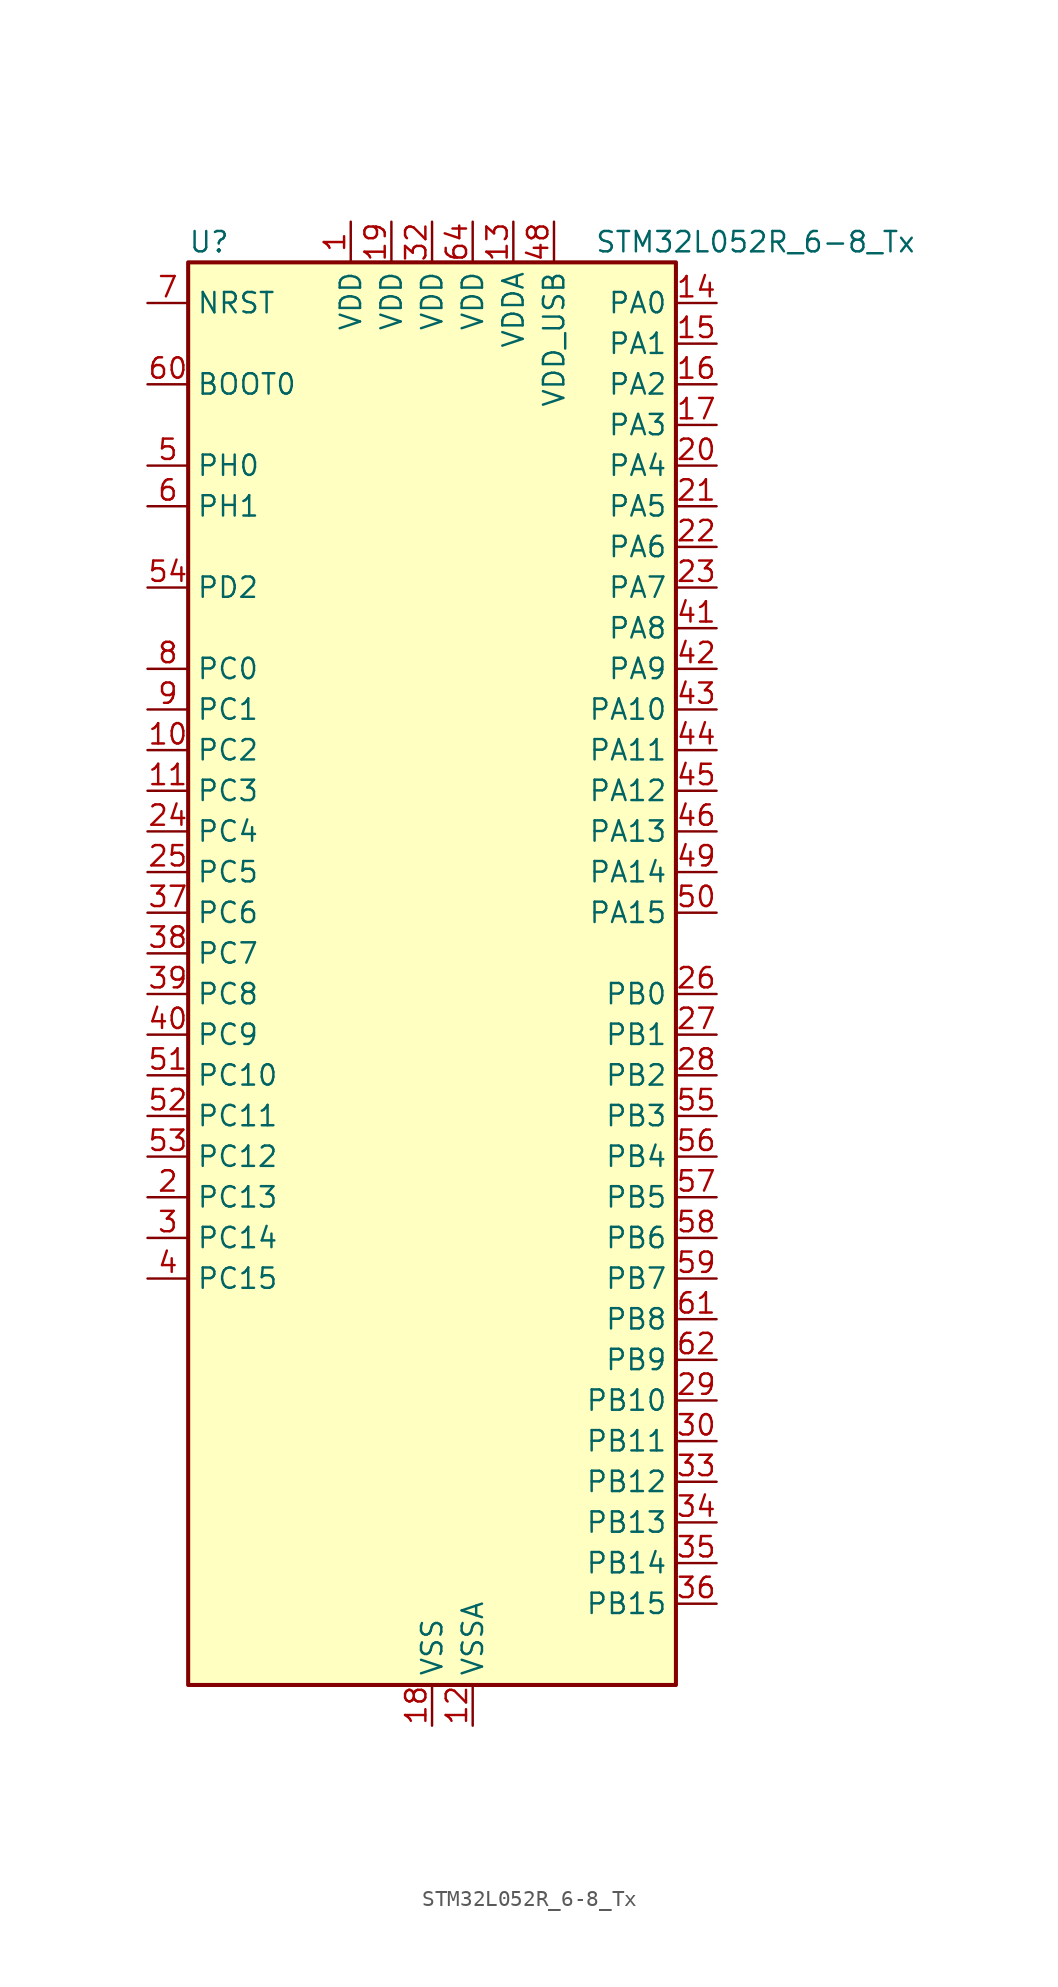
<source format=kicad_sym>
(kicad_symbol_lib
  (version 20220914)
  (generator kicad_symbol_editor)
  (symbol "STM32L052R_6-8_Tx"
    (property "Reference" "U"
      (at -15.24 46.99 0)
      (effects (font (size 1.27 1.27)) (justify left)))
    (property "Value" "STM32L052R_6-8_Tx"
      (at 10.16 46.99 0)
      (effects (font (size 1.27 1.27)) (justify left)))
    (property "ki_locked" ""
      (at 0 0 0)
      (effects (font (size 1.27 1.27))))
    (symbol "STM32L052R_6-8_Tx_0_1"
      (rectangle (start -15.24 -43.18) (end 15.24 45.72) (stroke (width 0.254) (type default)) (fill (type background))))
    (symbol "STM32L052R_6-8_Tx_1_1"
      (pin power_in line (at -5.08 48.26 270) (length 2.54) (name "VDD" (effects (font (size 1.27 1.27)))) (number "1" (effects (font (size 1.27 1.27)))))
      (pin bidirectional line (at -17.78 15.24 0) (length 2.54) (name "PC2" (effects (font (size 1.27 1.27)))) (number "10" (effects (font (size 1.27 1.27)))) (alternate "ADC_IN12" bidirectional line) (alternate "I2S2_MCK" bidirectional line) (alternate "LPTIM1_IN2" bidirectional line) (alternate "SPI2_MISO" bidirectional line) (alternate "TSC_G7_IO3" bidirectional line))
      (pin bidirectional line (at -17.78 12.7 0) (length 2.54) (name "PC3" (effects (font (size 1.27 1.27)))) (number "11" (effects (font (size 1.27 1.27)))) (alternate "ADC_IN13" bidirectional line) (alternate "I2S2_SD" bidirectional line) (alternate "LPTIM1_ETR" bidirectional line) (alternate "SPI2_MOSI" bidirectional line) (alternate "TSC_G7_IO4" bidirectional line))
      (pin power_in line (at 2.54 -45.72 90) (length 2.54) (name "VSSA" (effects (font (size 1.27 1.27)))) (number "12" (effects (font (size 1.27 1.27)))))
      (pin power_in line (at 5.08 48.26 270) (length 2.54) (name "VDDA" (effects (font (size 1.27 1.27)))) (number "13" (effects (font (size 1.27 1.27)))))
      (pin bidirectional line (at 17.78 43.18 180) (length 2.54) (name "PA0" (effects (font (size 1.27 1.27)))) (number "14" (effects (font (size 1.27 1.27)))) (alternate "ADC_IN0" bidirectional line) (alternate "COMP1_INM" bidirectional line) (alternate "COMP1_OUT" bidirectional line) (alternate "RTC_TAMP2" bidirectional line) (alternate "SYS_WKUP1" bidirectional line) (alternate "TIM2_CH1" bidirectional line) (alternate "TIM2_ETR" bidirectional line) (alternate "TSC_G1_IO1" bidirectional line) (alternate "USART2_CTS" bidirectional line))
      (pin bidirectional line (at 17.78 40.64 180) (length 2.54) (name "PA1" (effects (font (size 1.27 1.27)))) (number "15" (effects (font (size 1.27 1.27)))) (alternate "ADC_IN1" bidirectional line) (alternate "COMP1_INP" bidirectional line) (alternate "TIM21_ETR" bidirectional line) (alternate "TIM2_CH2" bidirectional line) (alternate "TSC_G1_IO2" bidirectional line) (alternate "USART2_DE" bidirectional line) (alternate "USART2_RTS" bidirectional line))
      (pin bidirectional line (at 17.78 38.1 180) (length 2.54) (name "PA2" (effects (font (size 1.27 1.27)))) (number "16" (effects (font (size 1.27 1.27)))) (alternate "ADC_IN2" bidirectional line) (alternate "COMP2_INM" bidirectional line) (alternate "COMP2_OUT" bidirectional line) (alternate "TIM21_CH1" bidirectional line) (alternate "TIM2_CH3" bidirectional line) (alternate "TSC_G1_IO3" bidirectional line) (alternate "USART2_TX" bidirectional line))
      (pin bidirectional line (at 17.78 35.56 180) (length 2.54) (name "PA3" (effects (font (size 1.27 1.27)))) (number "17" (effects (font (size 1.27 1.27)))) (alternate "ADC_IN3" bidirectional line) (alternate "COMP2_INP" bidirectional line) (alternate "TIM21_CH2" bidirectional line) (alternate "TIM2_CH4" bidirectional line) (alternate "TSC_G1_IO4" bidirectional line) (alternate "USART2_RX" bidirectional line))
      (pin power_in line (at 0 -45.72 90) (length 2.54) (name "VSS" (effects (font (size 1.27 1.27)))) (number "18" (effects (font (size 1.27 1.27)))))
      (pin power_in line (at -2.54 48.26 270) (length 2.54) (name "VDD" (effects (font (size 1.27 1.27)))) (number "19" (effects (font (size 1.27 1.27)))))
      (pin bidirectional line (at -17.78 -12.7 0) (length 2.54) (name "PC13" (effects (font (size 1.27 1.27)))) (number "2" (effects (font (size 1.27 1.27)))) (alternate "RTC_OUT_ALARM" bidirectional line) (alternate "RTC_OUT_CALIB" bidirectional line) (alternate "RTC_TAMP1" bidirectional line) (alternate "RTC_TS" bidirectional line) (alternate "SYS_WKUP2" bidirectional line))
      (pin bidirectional line (at 17.78 33.02 180) (length 2.54) (name "PA4" (effects (font (size 1.27 1.27)))) (number "20" (effects (font (size 1.27 1.27)))) (alternate "ADC_IN4" bidirectional line) (alternate "COMP1_INM" bidirectional line) (alternate "COMP2_INM" bidirectional line) (alternate "DAC_OUT1" bidirectional line) (alternate "SPI1_NSS" bidirectional line) (alternate "TIM22_ETR" bidirectional line) (alternate "TSC_G2_IO1" bidirectional line) (alternate "USART2_CK" bidirectional line))
      (pin bidirectional line (at 17.78 30.48 180) (length 2.54) (name "PA5" (effects (font (size 1.27 1.27)))) (number "21" (effects (font (size 1.27 1.27)))) (alternate "ADC_IN5" bidirectional line) (alternate "COMP1_INM" bidirectional line) (alternate "COMP2_INM" bidirectional line) (alternate "SPI1_SCK" bidirectional line) (alternate "TIM2_CH1" bidirectional line) (alternate "TIM2_ETR" bidirectional line) (alternate "TSC_G2_IO2" bidirectional line))
      (pin bidirectional line (at 17.78 27.94 180) (length 2.54) (name "PA6" (effects (font (size 1.27 1.27)))) (number "22" (effects (font (size 1.27 1.27)))) (alternate "ADC_IN6" bidirectional line) (alternate "COMP1_OUT" bidirectional line) (alternate "LPUART1_CTS" bidirectional line) (alternate "SPI1_MISO" bidirectional line) (alternate "TIM22_CH1" bidirectional line) (alternate "TSC_G2_IO3" bidirectional line))
      (pin bidirectional line (at 17.78 25.4 180) (length 2.54) (name "PA7" (effects (font (size 1.27 1.27)))) (number "23" (effects (font (size 1.27 1.27)))) (alternate "ADC_IN7" bidirectional line) (alternate "COMP2_OUT" bidirectional line) (alternate "SPI1_MOSI" bidirectional line) (alternate "TIM22_CH2" bidirectional line) (alternate "TSC_G2_IO4" bidirectional line))
      (pin bidirectional line (at -17.78 10.16 0) (length 2.54) (name "PC4" (effects (font (size 1.27 1.27)))) (number "24" (effects (font (size 1.27 1.27)))) (alternate "ADC_IN14" bidirectional line) (alternate "LPUART1_TX" bidirectional line))
      (pin bidirectional line (at -17.78 7.62 0) (length 2.54) (name "PC5" (effects (font (size 1.27 1.27)))) (number "25" (effects (font (size 1.27 1.27)))) (alternate "ADC_IN15" bidirectional line) (alternate "LPUART1_RX" bidirectional line) (alternate "TSC_G3_IO1" bidirectional line))
      (pin bidirectional line (at 17.78 0 180) (length 2.54) (name "PB0" (effects (font (size 1.27 1.27)))) (number "26" (effects (font (size 1.27 1.27)))) (alternate "ADC_IN8" bidirectional line) (alternate "SYS_VREF_OUT_PB0" bidirectional line) (alternate "TSC_G3_IO2" bidirectional line))
      (pin bidirectional line (at 17.78 -2.54 180) (length 2.54) (name "PB1" (effects (font (size 1.27 1.27)))) (number "27" (effects (font (size 1.27 1.27)))) (alternate "ADC_IN9" bidirectional line) (alternate "LPUART1_DE" bidirectional line) (alternate "LPUART1_RTS" bidirectional line) (alternate "SYS_VREF_OUT_PB1" bidirectional line) (alternate "TSC_G3_IO3" bidirectional line))
      (pin bidirectional line (at 17.78 -5.08 180) (length 2.54) (name "PB2" (effects (font (size 1.27 1.27)))) (number "28" (effects (font (size 1.27 1.27)))) (alternate "LPTIM1_OUT" bidirectional line) (alternate "TSC_G3_IO4" bidirectional line))
      (pin bidirectional line (at 17.78 -25.4 180) (length 2.54) (name "PB10" (effects (font (size 1.27 1.27)))) (number "29" (effects (font (size 1.27 1.27)))) (alternate "I2C2_SCL" bidirectional line) (alternate "LPUART1_TX" bidirectional line) (alternate "SPI2_SCK" bidirectional line) (alternate "TIM2_CH3" bidirectional line) (alternate "TSC_SYNC" bidirectional line))
      (pin bidirectional line (at -17.78 -15.24 0) (length 2.54) (name "PC14" (effects (font (size 1.27 1.27)))) (number "3" (effects (font (size 1.27 1.27)))) (alternate "RCC_OSC32_IN" bidirectional line))
      (pin bidirectional line (at 17.78 -27.94 180) (length 2.54) (name "PB11" (effects (font (size 1.27 1.27)))) (number "30" (effects (font (size 1.27 1.27)))) (alternate "ADC_EXTI11" bidirectional line) (alternate "I2C2_SDA" bidirectional line) (alternate "LPUART1_RX" bidirectional line) (alternate "TIM2_CH4" bidirectional line) (alternate "TSC_G6_IO1" bidirectional line))
      (pin passive line (at 0 -45.72 90) (length 2.54) hide (name "VSS" (effects (font (size 1.27 1.27)))) (number "31" (effects (font (size 1.27 1.27)))))
      (pin power_in line (at 0 48.26 270) (length 2.54) (name "VDD" (effects (font (size 1.27 1.27)))) (number "32" (effects (font (size 1.27 1.27)))))
      (pin bidirectional line (at 17.78 -30.48 180) (length 2.54) (name "PB12" (effects (font (size 1.27 1.27)))) (number "33" (effects (font (size 1.27 1.27)))) (alternate "I2S2_WS" bidirectional line) (alternate "LPUART1_DE" bidirectional line) (alternate "LPUART1_RTS" bidirectional line) (alternate "SPI2_NSS" bidirectional line) (alternate "TSC_G6_IO2" bidirectional line))
      (pin bidirectional line (at 17.78 -33.02 180) (length 2.54) (name "PB13" (effects (font (size 1.27 1.27)))) (number "34" (effects (font (size 1.27 1.27)))) (alternate "I2C2_SCL" bidirectional line) (alternate "I2S2_CK" bidirectional line) (alternate "LPUART1_CTS" bidirectional line) (alternate "SPI2_SCK" bidirectional line) (alternate "TIM21_CH1" bidirectional line) (alternate "TSC_G6_IO3" bidirectional line))
      (pin bidirectional line (at 17.78 -35.56 180) (length 2.54) (name "PB14" (effects (font (size 1.27 1.27)))) (number "35" (effects (font (size 1.27 1.27)))) (alternate "I2C2_SDA" bidirectional line) (alternate "I2S2_MCK" bidirectional line) (alternate "LPUART1_DE" bidirectional line) (alternate "LPUART1_RTS" bidirectional line) (alternate "RTC_OUT_ALARM" bidirectional line) (alternate "RTC_OUT_CALIB" bidirectional line) (alternate "SPI2_MISO" bidirectional line) (alternate "TIM21_CH2" bidirectional line) (alternate "TSC_G6_IO4" bidirectional line))
      (pin bidirectional line (at 17.78 -38.1 180) (length 2.54) (name "PB15" (effects (font (size 1.27 1.27)))) (number "36" (effects (font (size 1.27 1.27)))) (alternate "I2S2_SD" bidirectional line) (alternate "RTC_REFIN" bidirectional line) (alternate "SPI2_MOSI" bidirectional line))
      (pin bidirectional line (at -17.78 5.08 0) (length 2.54) (name "PC6" (effects (font (size 1.27 1.27)))) (number "37" (effects (font (size 1.27 1.27)))) (alternate "TIM22_CH1" bidirectional line) (alternate "TSC_G8_IO1" bidirectional line))
      (pin bidirectional line (at -17.78 2.54 0) (length 2.54) (name "PC7" (effects (font (size 1.27 1.27)))) (number "38" (effects (font (size 1.27 1.27)))) (alternate "TIM22_CH2" bidirectional line) (alternate "TSC_G8_IO2" bidirectional line))
      (pin bidirectional line (at -17.78 0 0) (length 2.54) (name "PC8" (effects (font (size 1.27 1.27)))) (number "39" (effects (font (size 1.27 1.27)))) (alternate "TIM22_ETR" bidirectional line) (alternate "TSC_G8_IO3" bidirectional line))
      (pin bidirectional line (at -17.78 -17.78 0) (length 2.54) (name "PC15" (effects (font (size 1.27 1.27)))) (number "4" (effects (font (size 1.27 1.27)))) (alternate "RCC_OSC32_OUT" bidirectional line))
      (pin bidirectional line (at -17.78 -2.54 0) (length 2.54) (name "PC9" (effects (font (size 1.27 1.27)))) (number "40" (effects (font (size 1.27 1.27)))) (alternate "DAC_EXTI9" bidirectional line) (alternate "TIM21_ETR" bidirectional line) (alternate "TSC_G8_IO4" bidirectional line) (alternate "USB_NOE" bidirectional line))
      (pin bidirectional line (at 17.78 22.86 180) (length 2.54) (name "PA8" (effects (font (size 1.27 1.27)))) (number "41" (effects (font (size 1.27 1.27)))) (alternate "CRS_SYNC" bidirectional line) (alternate "RCC_MCO" bidirectional line) (alternate "USART1_CK" bidirectional line))
      (pin bidirectional line (at 17.78 20.32 180) (length 2.54) (name "PA9" (effects (font (size 1.27 1.27)))) (number "42" (effects (font (size 1.27 1.27)))) (alternate "DAC_EXTI9" bidirectional line) (alternate "RCC_MCO" bidirectional line) (alternate "TSC_G4_IO1" bidirectional line) (alternate "USART1_TX" bidirectional line))
      (pin bidirectional line (at 17.78 17.78 180) (length 2.54) (name "PA10" (effects (font (size 1.27 1.27)))) (number "43" (effects (font (size 1.27 1.27)))) (alternate "TSC_G4_IO2" bidirectional line) (alternate "USART1_RX" bidirectional line))
      (pin bidirectional line (at 17.78 15.24 180) (length 2.54) (name "PA11" (effects (font (size 1.27 1.27)))) (number "44" (effects (font (size 1.27 1.27)))) (alternate "ADC_EXTI11" bidirectional line) (alternate "COMP1_OUT" bidirectional line) (alternate "SPI1_MISO" bidirectional line) (alternate "TSC_G4_IO3" bidirectional line) (alternate "USART1_CTS" bidirectional line) (alternate "USB_DM" bidirectional line))
      (pin bidirectional line (at 17.78 12.7 180) (length 2.54) (name "PA12" (effects (font (size 1.27 1.27)))) (number "45" (effects (font (size 1.27 1.27)))) (alternate "COMP2_OUT" bidirectional line) (alternate "SPI1_MOSI" bidirectional line) (alternate "TSC_G4_IO4" bidirectional line) (alternate "USART1_DE" bidirectional line) (alternate "USART1_RTS" bidirectional line) (alternate "USB_DP" bidirectional line))
      (pin bidirectional line (at 17.78 10.16 180) (length 2.54) (name "PA13" (effects (font (size 1.27 1.27)))) (number "46" (effects (font (size 1.27 1.27)))) (alternate "SYS_SWDIO" bidirectional line) (alternate "USB_NOE" bidirectional line))
      (pin passive line (at 0 -45.72 90) (length 2.54) hide (name "VSS" (effects (font (size 1.27 1.27)))) (number "47" (effects (font (size 1.27 1.27)))))
      (pin power_in line (at 7.62 48.26 270) (length 2.54) (name "VDD_USB" (effects (font (size 1.27 1.27)))) (number "48" (effects (font (size 1.27 1.27)))))
      (pin bidirectional line (at 17.78 7.62 180) (length 2.54) (name "PA14" (effects (font (size 1.27 1.27)))) (number "49" (effects (font (size 1.27 1.27)))) (alternate "SYS_SWCLK" bidirectional line) (alternate "USART2_TX" bidirectional line))
      (pin bidirectional line (at -17.78 33.02 0) (length 2.54) (name "PH0" (effects (font (size 1.27 1.27)))) (number "5" (effects (font (size 1.27 1.27)))) (alternate "CRS_SYNC" bidirectional line) (alternate "RCC_OSC_IN" bidirectional line))
      (pin bidirectional line (at 17.78 5.08 180) (length 2.54) (name "PA15" (effects (font (size 1.27 1.27)))) (number "50" (effects (font (size 1.27 1.27)))) (alternate "SPI1_NSS" bidirectional line) (alternate "TIM2_CH1" bidirectional line) (alternate "TIM2_ETR" bidirectional line) (alternate "USART2_RX" bidirectional line))
      (pin bidirectional line (at -17.78 -5.08 0) (length 2.54) (name "PC10" (effects (font (size 1.27 1.27)))) (number "51" (effects (font (size 1.27 1.27)))) (alternate "LPUART1_TX" bidirectional line))
      (pin bidirectional line (at -17.78 -7.62 0) (length 2.54) (name "PC11" (effects (font (size 1.27 1.27)))) (number "52" (effects (font (size 1.27 1.27)))) (alternate "ADC_EXTI11" bidirectional line) (alternate "LPUART1_RX" bidirectional line))
      (pin bidirectional line (at -17.78 -10.16 0) (length 2.54) (name "PC12" (effects (font (size 1.27 1.27)))) (number "53" (effects (font (size 1.27 1.27)))))
      (pin bidirectional line (at -17.78 25.4 0) (length 2.54) (name "PD2" (effects (font (size 1.27 1.27)))) (number "54" (effects (font (size 1.27 1.27)))) (alternate "LPUART1_DE" bidirectional line) (alternate "LPUART1_RTS" bidirectional line))
      (pin bidirectional line (at 17.78 -7.62 180) (length 2.54) (name "PB3" (effects (font (size 1.27 1.27)))) (number "55" (effects (font (size 1.27 1.27)))) (alternate "COMP2_INM" bidirectional line) (alternate "SPI1_SCK" bidirectional line) (alternate "TIM2_CH2" bidirectional line) (alternate "TSC_G5_IO1" bidirectional line))
      (pin bidirectional line (at 17.78 -10.16 180) (length 2.54) (name "PB4" (effects (font (size 1.27 1.27)))) (number "56" (effects (font (size 1.27 1.27)))) (alternate "COMP2_INP" bidirectional line) (alternate "SPI1_MISO" bidirectional line) (alternate "TIM22_CH1" bidirectional line) (alternate "TSC_G5_IO2" bidirectional line))
      (pin bidirectional line (at 17.78 -12.7 180) (length 2.54) (name "PB5" (effects (font (size 1.27 1.27)))) (number "57" (effects (font (size 1.27 1.27)))) (alternate "COMP2_INP" bidirectional line) (alternate "I2C1_SMBA" bidirectional line) (alternate "LPTIM1_IN1" bidirectional line) (alternate "SPI1_MOSI" bidirectional line) (alternate "TIM22_CH2" bidirectional line))
      (pin bidirectional line (at 17.78 -15.24 180) (length 2.54) (name "PB6" (effects (font (size 1.27 1.27)))) (number "58" (effects (font (size 1.27 1.27)))) (alternate "COMP2_INP" bidirectional line) (alternate "I2C1_SCL" bidirectional line) (alternate "LPTIM1_ETR" bidirectional line) (alternate "TSC_G5_IO3" bidirectional line) (alternate "USART1_TX" bidirectional line))
      (pin bidirectional line (at 17.78 -17.78 180) (length 2.54) (name "PB7" (effects (font (size 1.27 1.27)))) (number "59" (effects (font (size 1.27 1.27)))) (alternate "COMP2_INP" bidirectional line) (alternate "I2C1_SDA" bidirectional line) (alternate "LPTIM1_IN2" bidirectional line) (alternate "SYS_PVD_IN" bidirectional line) (alternate "TSC_G5_IO4" bidirectional line) (alternate "USART1_RX" bidirectional line))
      (pin bidirectional line (at -17.78 30.48 0) (length 2.54) (name "PH1" (effects (font (size 1.27 1.27)))) (number "6" (effects (font (size 1.27 1.27)))) (alternate "RCC_OSC_OUT" bidirectional line))
      (pin input line (at -17.78 38.1 0) (length 2.54) (name "BOOT0" (effects (font (size 1.27 1.27)))) (number "60" (effects (font (size 1.27 1.27)))))
      (pin bidirectional line (at 17.78 -20.32 180) (length 2.54) (name "PB8" (effects (font (size 1.27 1.27)))) (number "61" (effects (font (size 1.27 1.27)))) (alternate "I2C1_SCL" bidirectional line) (alternate "TSC_SYNC" bidirectional line))
      (pin bidirectional line (at 17.78 -22.86 180) (length 2.54) (name "PB9" (effects (font (size 1.27 1.27)))) (number "62" (effects (font (size 1.27 1.27)))) (alternate "DAC_EXTI9" bidirectional line) (alternate "I2C1_SDA" bidirectional line) (alternate "I2S2_WS" bidirectional line) (alternate "SPI2_NSS" bidirectional line))
      (pin passive line (at 0 -45.72 90) (length 2.54) hide (name "VSS" (effects (font (size 1.27 1.27)))) (number "63" (effects (font (size 1.27 1.27)))))
      (pin power_in line (at 2.54 48.26 270) (length 2.54) (name "VDD" (effects (font (size 1.27 1.27)))) (number "64" (effects (font (size 1.27 1.27)))))
      (pin input line (at -17.78 43.18 0) (length 2.54) (name "NRST" (effects (font (size 1.27 1.27)))) (number "7" (effects (font (size 1.27 1.27)))))
      (pin bidirectional line (at -17.78 20.32 0) (length 2.54) (name "PC0" (effects (font (size 1.27 1.27)))) (number "8" (effects (font (size 1.27 1.27)))) (alternate "ADC_IN10" bidirectional line) (alternate "LPTIM1_IN1" bidirectional line) (alternate "TSC_G7_IO1" bidirectional line))
      (pin bidirectional line (at -17.78 17.78 0) (length 2.54) (name "PC1" (effects (font (size 1.27 1.27)))) (number "9" (effects (font (size 1.27 1.27)))) (alternate "ADC_IN11" bidirectional line) (alternate "LPTIM1_OUT" bidirectional line) (alternate "TSC_G7_IO2" bidirectional line)))))
</source>
